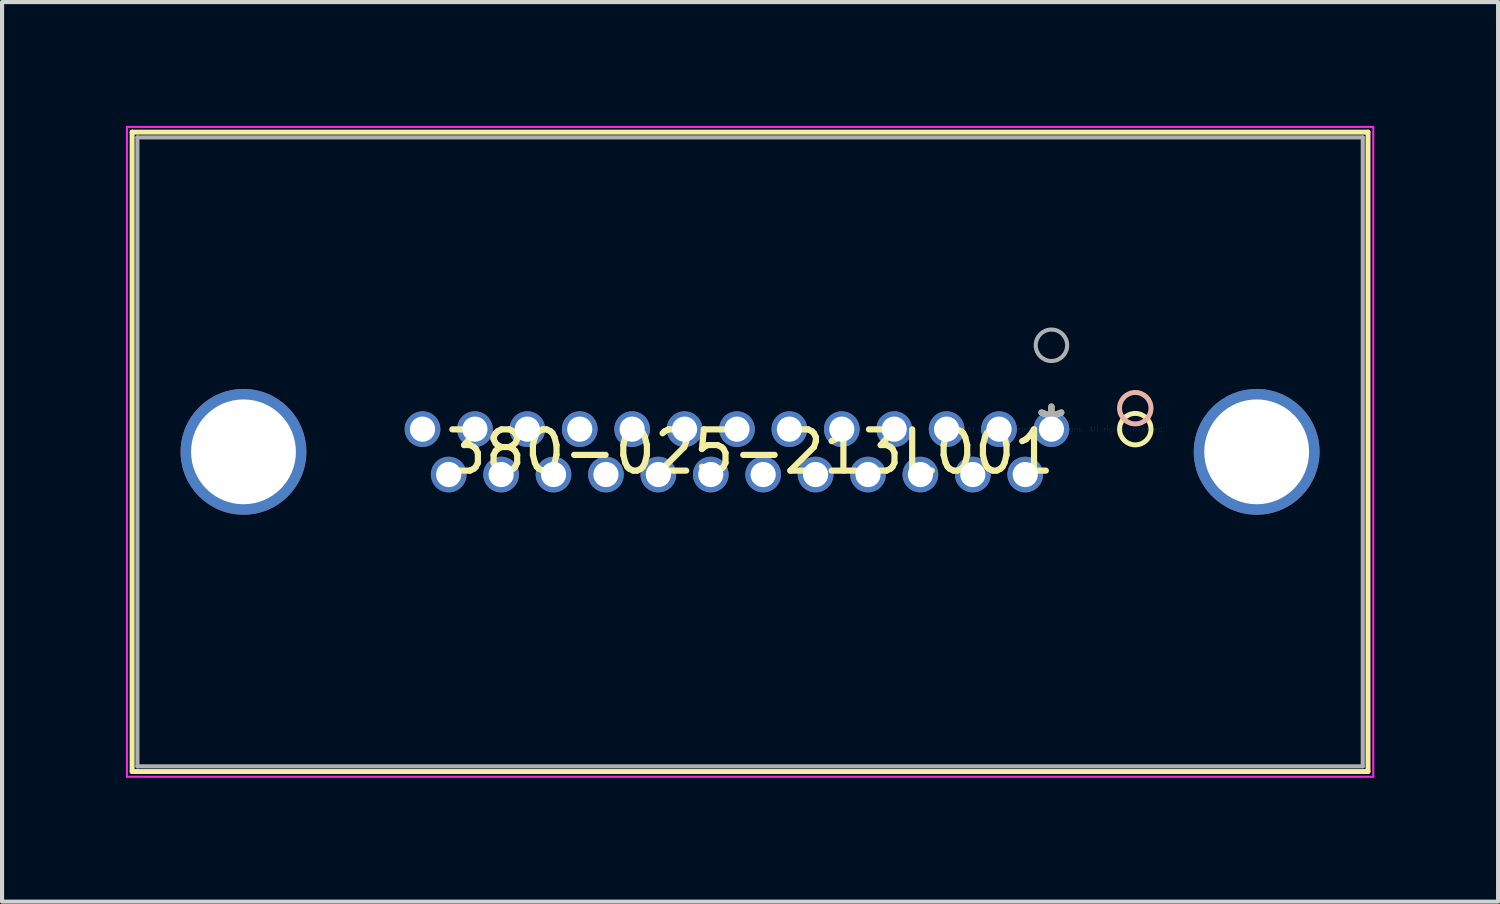
<source format=kicad_pcb>
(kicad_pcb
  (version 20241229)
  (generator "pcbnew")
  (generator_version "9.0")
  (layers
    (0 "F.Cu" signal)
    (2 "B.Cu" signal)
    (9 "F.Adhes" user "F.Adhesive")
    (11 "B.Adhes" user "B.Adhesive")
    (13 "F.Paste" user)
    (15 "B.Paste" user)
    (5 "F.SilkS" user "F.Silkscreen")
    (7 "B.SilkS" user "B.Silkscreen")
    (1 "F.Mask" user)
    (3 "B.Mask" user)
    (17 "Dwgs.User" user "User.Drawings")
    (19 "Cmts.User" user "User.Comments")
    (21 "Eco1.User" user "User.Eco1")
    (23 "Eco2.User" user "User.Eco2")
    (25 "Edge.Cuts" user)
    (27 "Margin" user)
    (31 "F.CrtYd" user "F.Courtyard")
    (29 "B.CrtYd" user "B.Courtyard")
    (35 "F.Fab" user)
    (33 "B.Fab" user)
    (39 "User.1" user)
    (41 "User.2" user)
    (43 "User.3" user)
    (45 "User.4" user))
  (footprint "380-025-213L001"
    (layer "F.Cu")
    (at 22.428 7.349)
    (property "Reference" "380-025-213L001" (at -7.303 0.55 0) (layer "F.SilkS") (effects (font (size 1 1) (thickness 0.15))))
    (attr through_hole)
    (fp_line (start -22.276 -7.197) (end -22.276 8.297) (stroke (width 0.12) (type solid)) (layer "F.SilkS"))
    (fp_line (start -22.276 8.297) (end 7.671 8.297) (stroke (width 0.12) (type solid)) (layer "F.SilkS"))
    (fp_line (start 7.671 -7.197) (end -22.276 -7.197) (stroke (width 0.12) (type solid)) (layer "F.SilkS"))
    (fp_line (start 7.671 8.297) (end 7.671 -7.197) (stroke (width 0.12) (type solid)) (layer "F.SilkS"))
    (fp_circle (center 2.032 0) (end 2.413 0) (stroke (width 0.12) (type solid)) (fill no) (layer "F.SilkS"))
    (fp_circle (center 2.032 -0.508) (end 2.413 -0.508) (stroke (width 0.12) (type solid)) (fill no) (layer "B.SilkS"))
    (fp_line (start -22.403 -7.324) (end -22.403 8.424) (stroke (width 0.05) (type solid)) (layer "F.CrtYd"))
    (fp_line (start -22.403 8.424) (end 7.798 8.424) (stroke (width 0.05) (type solid)) (layer "F.CrtYd"))
    (fp_line (start 7.798 -7.324) (end -22.403 -7.324) (stroke (width 0.05) (type solid)) (layer "F.CrtYd"))
    (fp_line (start 7.798 8.424) (end 7.798 -7.324) (stroke (width 0.05) (type solid)) (layer "F.CrtYd"))
    (fp_line (start -22.149 -7.07) (end -22.149 8.17) (stroke (width 0.1) (type solid)) (layer "F.Fab"))
    (fp_line (start -22.149 8.17) (end 7.544 8.17) (stroke (width 0.1) (type solid)) (layer "F.Fab"))
    (fp_line (start 7.544 -7.07) (end -22.149 -7.07) (stroke (width 0.1) (type solid)) (layer "F.Fab"))
    (fp_line (start 7.544 8.17) (end 7.544 -7.07) (stroke (width 0.1) (type solid)) (layer "F.Fab"))
    (fp_circle (center 0 -2.032) (end 0.381 -2.032) (stroke (width 0.1) (type solid)) (fill no) (layer "F.Fab"))
    (fp_text user "*" (at 0 0 0) (layer "F.SilkS") (effects (font (size 1 1) (thickness 0.15))))
    (fp_text user "Copyright 2021 Accelerated Designs. All rights reserved." (at 0 0 0) (layer "Cmts.User") (effects (font (size 0.127 0.127) (thickness 0.002))))
    (fp_text user "*" (at 0 0 0) (layer "F.Fab") (effects (font (size 1 1) (thickness 0.15))))
    (pad "1" thru_hole circle (at 0 0) (size 0.864 0.864) (drill 0.61) (layers "*.Cu" "*.Mask"))
    (pad "2" thru_hole circle (at -1.27 0) (size 0.864 0.864) (drill 0.61) (layers "*.Cu" "*.Mask"))
    (pad "3" thru_hole circle (at -2.54 0) (size 0.864 0.864) (drill 0.61) (layers "*.Cu" "*.Mask"))
    (pad "4" thru_hole circle (at -3.81 0) (size 0.864 0.864) (drill 0.61) (layers "*.Cu" "*.Mask"))
    (pad "5" thru_hole circle (at -5.08 0) (size 0.864 0.864) (drill 0.61) (layers "*.Cu" "*.Mask"))
    (pad "6" thru_hole circle (at -6.35 0) (size 0.864 0.864) (drill 0.61) (layers "*.Cu" "*.Mask"))
    (pad "7" thru_hole circle (at -7.62 0) (size 0.864 0.864) (drill 0.61) (layers "*.Cu" "*.Mask"))
    (pad "8" thru_hole circle (at -8.89 0) (size 0.864 0.864) (drill 0.61) (layers "*.Cu" "*.Mask"))
    (pad "9" thru_hole circle (at -10.16 0) (size 0.864 0.864) (drill 0.61) (layers "*.Cu" "*.Mask"))
    (pad "10" thru_hole circle (at -11.43 0) (size 0.864 0.864) (drill 0.61) (layers "*.Cu" "*.Mask"))
    (pad "11" thru_hole circle (at -12.7 0) (size 0.864 0.864) (drill 0.61) (layers "*.Cu" "*.Mask"))
    (pad "12" thru_hole circle (at -13.97 0) (size 0.864 0.864) (drill 0.61) (layers "*.Cu" "*.Mask"))
    (pad "13" thru_hole circle (at -15.24 0) (size 0.864 0.864) (drill 0.61) (layers "*.Cu" "*.Mask"))
    (pad "14" thru_hole circle (at -0.635 1.1) (size 0.864 0.864) (drill 0.61) (layers "*.Cu" "*.Mask"))
    (pad "15" thru_hole circle (at -1.905 1.1) (size 0.864 0.864) (drill 0.61) (layers "*.Cu" "*.Mask"))
    (pad "16" thru_hole circle (at -3.175 1.1) (size 0.864 0.864) (drill 0.61) (layers "*.Cu" "*.Mask"))
    (pad "17" thru_hole circle (at -4.445 1.1) (size 0.864 0.864) (drill 0.61) (layers "*.Cu" "*.Mask"))
    (pad "18" thru_hole circle (at -5.715 1.1) (size 0.864 0.864) (drill 0.61) (layers "*.Cu" "*.Mask"))
    (pad "19" thru_hole circle (at -6.985 1.1) (size 0.864 0.864) (drill 0.61) (layers "*.Cu" "*.Mask"))
    (pad "20" thru_hole circle (at -8.255 1.1) (size 0.864 0.864) (drill 0.61) (layers "*.Cu" "*.Mask"))
    (pad "21" thru_hole circle (at -9.525 1.1) (size 0.864 0.864) (drill 0.61) (layers "*.Cu" "*.Mask"))
    (pad "22" thru_hole circle (at -10.795 1.1) (size 0.864 0.864) (drill 0.61) (layers "*.Cu" "*.Mask"))
    (pad "23" thru_hole circle (at -12.065 1.1) (size 0.864 0.864) (drill 0.61) (layers "*.Cu" "*.Mask"))
    (pad "24" thru_hole circle (at -13.335 1.1) (size 0.864 0.864) (drill 0.61) (layers "*.Cu" "*.Mask"))
    (pad "25" thru_hole circle (at -14.605 1.1) (size 0.864 0.864) (drill 0.61) (layers "*.Cu" "*.Mask"))
    (pad "27" thru_hole circle (at -19.578 0.55 90) (size 3.048 3.048) (drill 2.54) (layers "*.Cu" "*.Mask"))
    (pad "28" thru_hole circle (at 4.973 0.55 90) (size 3.048 3.048) (drill 2.54) (layers "*.Cu" "*.Mask")))
  (gr_rect
    (start -3 -3)
    (end 33.251 18.798)
    (stroke (width 0.1) (type default))
    (fill no)
    (layer "Edge.Cuts")))
</source>
